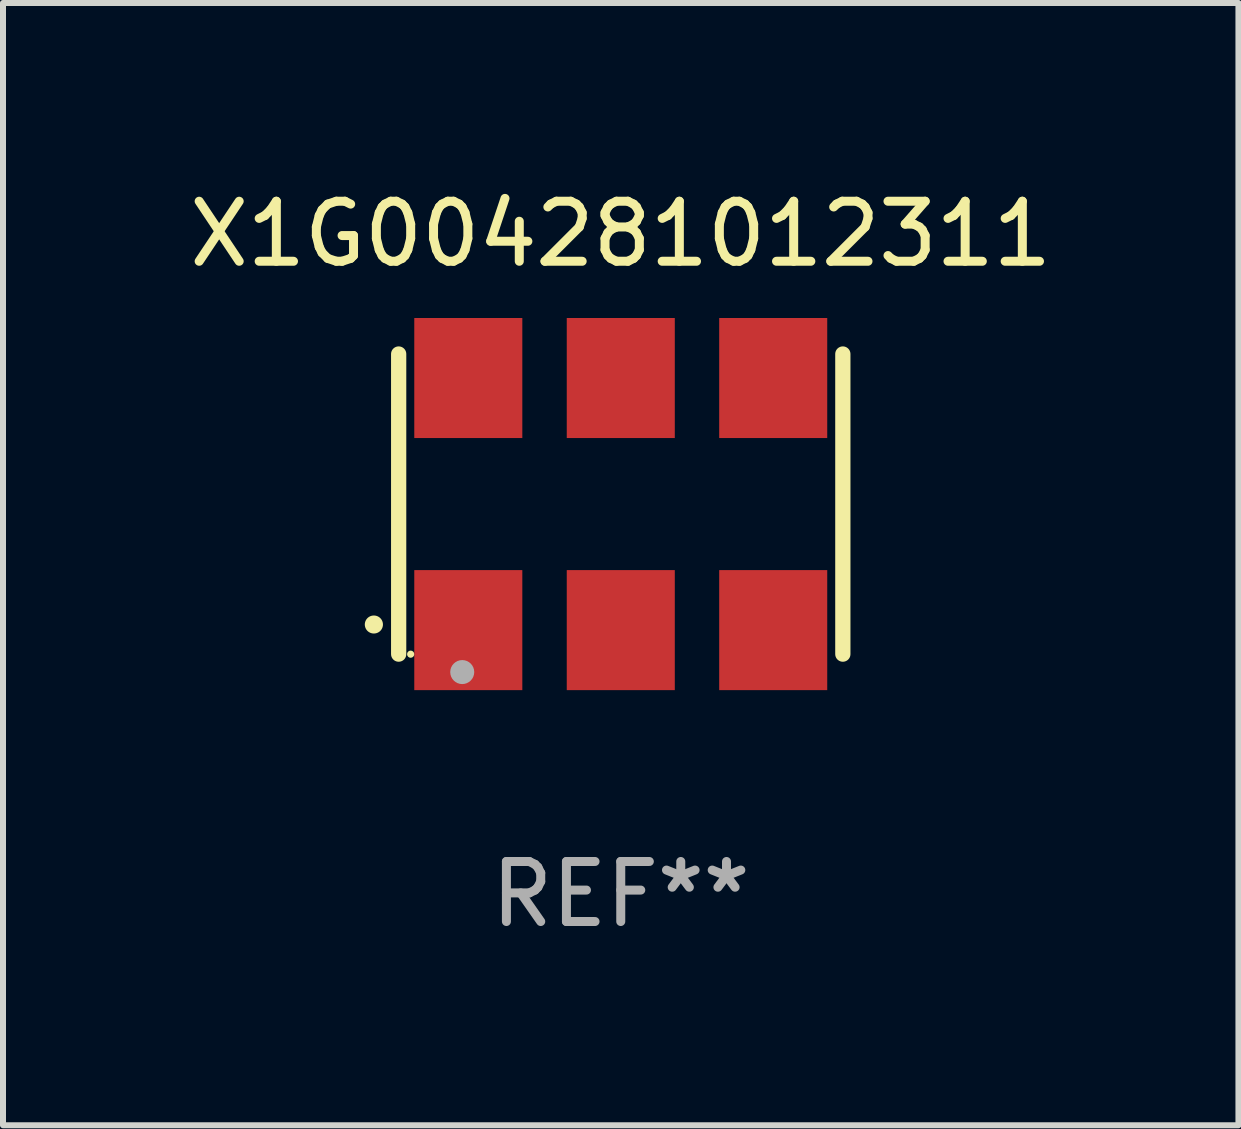
<source format=kicad_pcb>
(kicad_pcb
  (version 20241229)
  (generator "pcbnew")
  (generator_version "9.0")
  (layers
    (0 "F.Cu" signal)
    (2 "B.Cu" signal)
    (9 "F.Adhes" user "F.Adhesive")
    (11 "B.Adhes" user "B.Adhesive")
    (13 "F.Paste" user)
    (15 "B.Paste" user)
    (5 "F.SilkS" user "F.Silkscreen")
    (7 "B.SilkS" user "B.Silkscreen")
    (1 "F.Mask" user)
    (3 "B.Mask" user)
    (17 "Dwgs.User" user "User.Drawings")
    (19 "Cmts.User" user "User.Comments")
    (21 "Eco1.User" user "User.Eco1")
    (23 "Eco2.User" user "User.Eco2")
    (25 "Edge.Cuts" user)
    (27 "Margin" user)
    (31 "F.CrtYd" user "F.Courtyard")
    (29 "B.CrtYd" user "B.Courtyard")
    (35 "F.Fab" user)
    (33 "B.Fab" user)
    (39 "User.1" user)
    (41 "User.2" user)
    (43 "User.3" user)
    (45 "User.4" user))
  (footprint "X1G004281012311"
    (layer "F.Cu")
    (at 7.292 5.348)
    (property "Reference" "X1G004281012311" (at 0 -4.5 0) (layer "F.SilkS") (effects (font (size 1 1) (thickness 0.15))))
    (attr through_hole)
    (fp_line (start -3.7 -2.5) (end -3.7 2.5) (stroke (width 0.254) (type solid)) (layer "F.SilkS"))
    (fp_line (start 3.7 -2.5) (end 3.7 2.5) (stroke (width 0.254) (type solid)) (layer "F.SilkS"))
    (fp_arc (start -4.114415 2.006604) (mid -4.113145 2.006599) (end -4.111875 2.006604) (stroke (width 0.3) (type solid)) (layer "F.SilkS"))
    (fp_circle (center -3.5 2.501) (end -3.47 2.501) (stroke (width 0.06) (type solid)) (fill no) (layer "F.SilkS"))
    (fp_circle (center -2.641 2.799) (end -2.541 2.799) (stroke (width 0.2) (type solid)) (fill no) (layer "F.Fab"))
    (fp_text user "REF**" (at 0 6.5 0) (layer "F.Fab") (effects (font (size 1 1) (thickness 0.15))))
    (pad "1" smd rect (at -2.54 2.1) (size 1.8 2) (layers "F.Cu" "F.Mask" "F.Paste"))
    (pad "2" smd rect (at 0.000394 2.1) (size 1.8 2) (layers "F.Cu" "F.Mask" "F.Paste"))
    (pad "3" smd rect (at 2.54 2.1) (size 1.8 2) (layers "F.Cu" "F.Mask" "F.Paste"))
    (pad "4" smd rect (at 2.54 -2.1) (size 1.8 2) (layers "F.Cu" "F.Mask" "F.Paste"))
    (pad "5" smd rect (at 0.000394 -2.1) (size 1.8 2) (layers "F.Cu" "F.Mask" "F.Paste"))
    (pad "6" smd rect (at -2.54 -2.1) (size 1.8 2) (layers "F.Cu" "F.Mask" "F.Paste")))
  (gr_rect
    (start -3 -3)
    (end 17.583 15.697)
    (stroke (width 0.1) (type default))
    (fill no)
    (layer "Edge.Cuts")))
</source>
